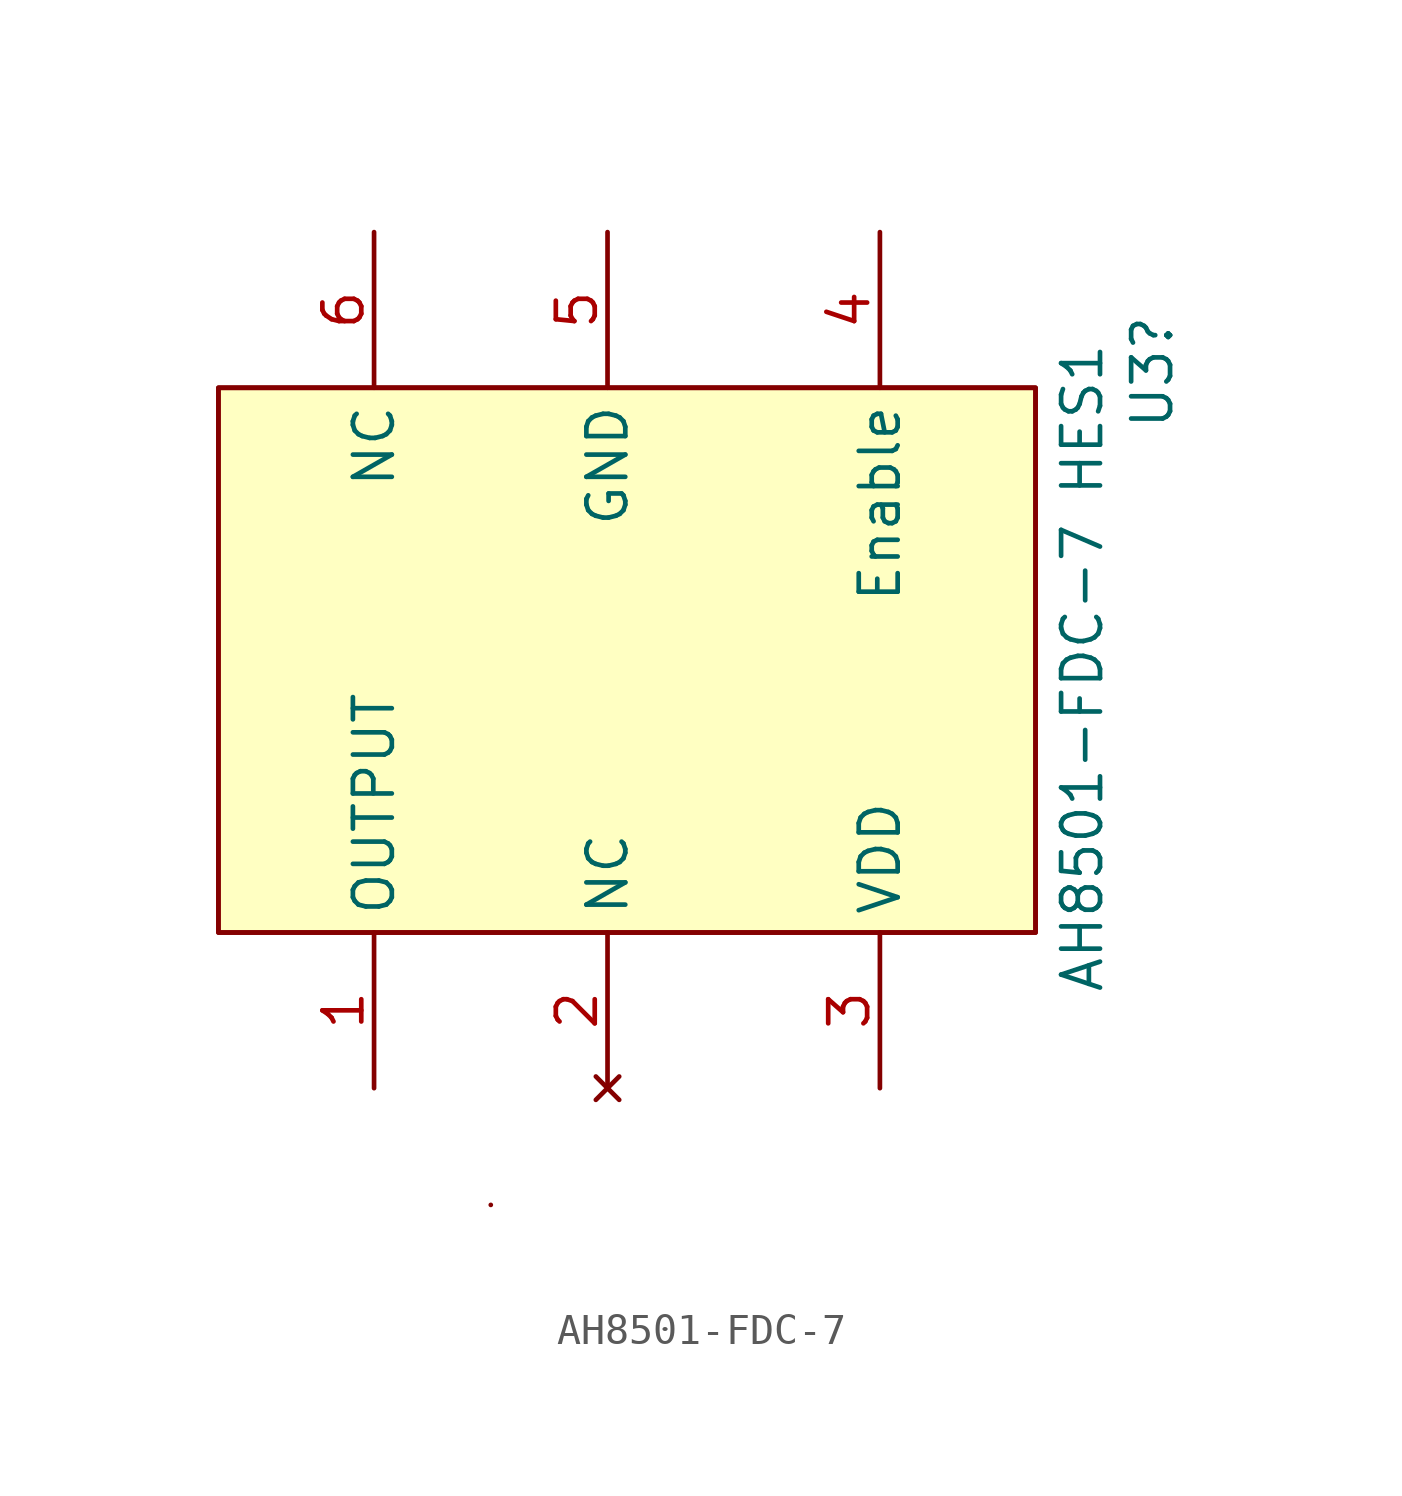
<source format=kicad_sym>
(kicad_symbol_lib
  (version 20231120)
  (generator "kicad_symbol_editor")
  (generator_version "8.0")
  (symbol "AH8501-FDC-7"
    (property "Reference" "U3"
      (at 17.78 -2.032 90)
      (effects (font (size 1.27 1.27))))
    (property "Value" "AH8501-FDC-7 HES1"
      (at 15.494 -11.684 90)
      (effects (font (size 1.27 1.27))))
    (symbol "AH8501-FDC-7_0_1"
      (rectangle (start 13.97 -20.32) (end -12.7 -2.54) (stroke (width 0) (type default)) (fill (type color) (color 0 0 0 0))))
    (symbol "AH8501-FDC-7_1_1"
      (rectangle (start -3.81 -29.21) (end -3.81 -29.21) (stroke (width 0) (type default)) (fill (type color) (color 221 243 255 1)))
      (rectangle (start 13.97 -20.32) (end -12.7 -2.54) (stroke (width 0) (type default)) (fill (type background)))
      (pin output line (at -7.62 -25.4 90) (length 5.08) (name "OUTPUT" (effects (font (size 1.27 1.27)))) (number "1" (effects (font (size 1.27 1.27)))))
      (pin no_connect line (at 0 -25.4 90) (length 5.08) (name "NC" (effects (font (size 1.27 1.27)))) (number "2" (effects (font (size 1.27 1.27)))))
      (pin power_in line (at 8.89 -25.4 90) (length 5.08) (name "VDD" (effects (font (size 1.27 1.27)))) (number "3" (effects (font (size 1.27 1.27)))))
      (pin input line (at 8.89 2.54 270) (length 5.08) (name "Enable" (effects (font (size 1.27 1.27)))) (number "4" (effects (font (size 1.27 1.27)))))
      (pin power_in line (at 0 2.54 270) (length 5.08) (name "GND" (effects (font (size 1.27 1.27)))) (number "5" (effects (font (size 1.27 1.27)))))
      (pin input line (at -7.62 2.54 270) (length 5.08) (name "NC" (effects (font (size 1.27 1.27)))) (number "6" (effects (font (size 1.27 1.27))))))))
</source>
